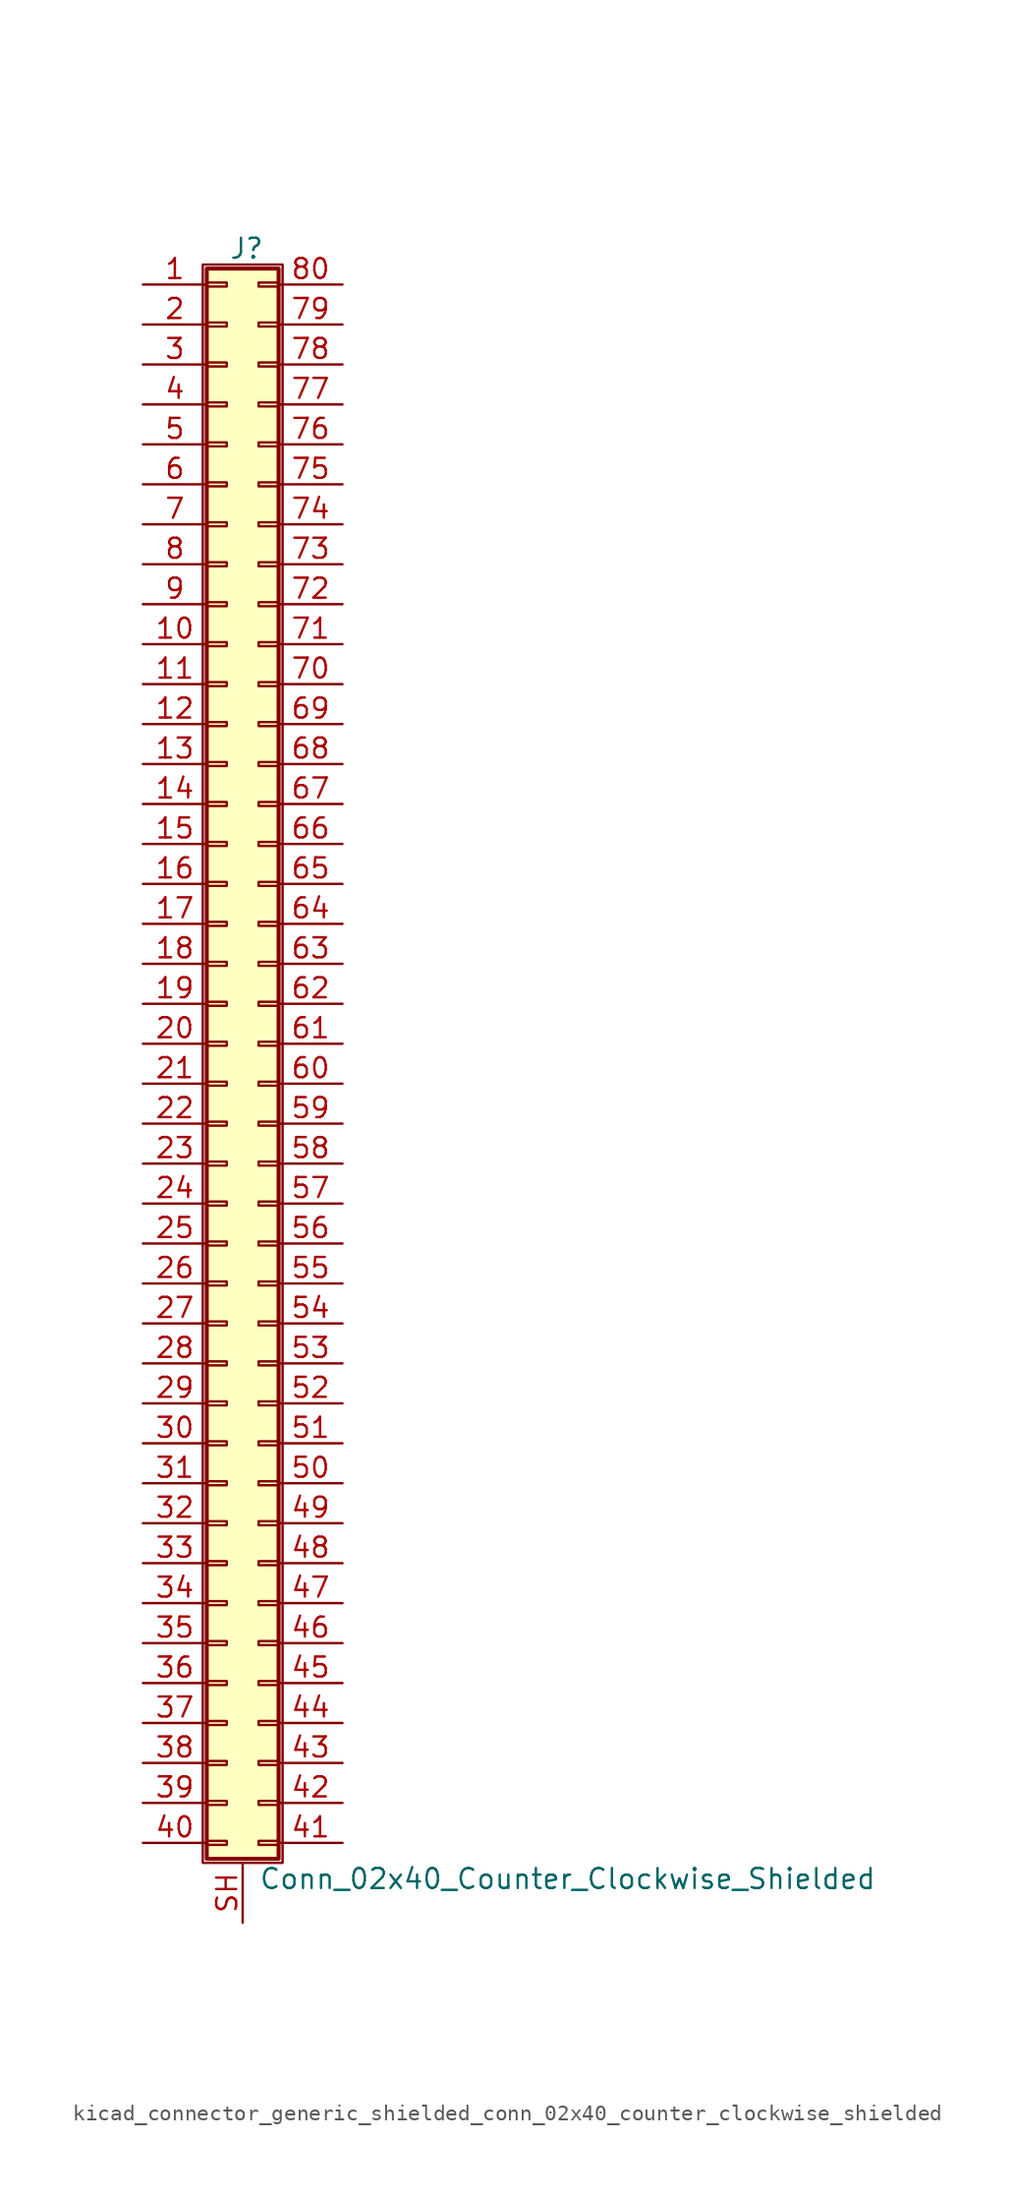
<source format=kicad_sym>
(kicad_symbol_lib
  (version 20220914)
  (generator kicad_symbol_editor)
  (symbol "kicad_connector_generic_shielded_conn_02x40_counter_clockwise_shielded"
    (pin_names
      (offset 1.016) hide)
    (property "Reference" "J"
      (at 1.524 50.546 0)
      (effects (font (size 1.27 1.27))))
    (property "Value" "Conn_02x40_Counter_Clockwise_Shielded"
      (at 2.286 -53.086 0)
      (effects (font (size 1.27 1.27)) (justify left)))
    (symbol "kicad_connector_generic_shielded_conn_02x40_counter_clockwise_shielded_1_1"
      (rectangle (start -1.27 49.53) (end 3.81 -52.07) (stroke (width 0.152) (type default)) (fill (type none)))
      (rectangle (start -1.016 -50.673) (end 0.254 -50.927) (stroke (width 0.152) (type default)) (fill (type none)))
      (rectangle (start -1.016 -48.133) (end 0.254 -48.387) (stroke (width 0.152) (type default)) (fill (type none)))
      (rectangle (start -1.016 -45.593) (end 0.254 -45.847) (stroke (width 0.152) (type default)) (fill (type none)))
      (rectangle (start -1.016 -43.053) (end 0.254 -43.307) (stroke (width 0.152) (type default)) (fill (type none)))
      (rectangle (start -1.016 -40.513) (end 0.254 -40.767) (stroke (width 0.152) (type default)) (fill (type none)))
      (rectangle (start -1.016 -37.973) (end 0.254 -38.227) (stroke (width 0.152) (type default)) (fill (type none)))
      (rectangle (start -1.016 -35.433) (end 0.254 -35.687) (stroke (width 0.152) (type default)) (fill (type none)))
      (rectangle (start -1.016 -32.893) (end 0.254 -33.147) (stroke (width 0.152) (type default)) (fill (type none)))
      (rectangle (start -1.016 -30.353) (end 0.254 -30.607) (stroke (width 0.152) (type default)) (fill (type none)))
      (rectangle (start -1.016 -27.813) (end 0.254 -28.067) (stroke (width 0.152) (type default)) (fill (type none)))
      (rectangle (start -1.016 -25.273) (end 0.254 -25.527) (stroke (width 0.152) (type default)) (fill (type none)))
      (rectangle (start -1.016 -22.733) (end 0.254 -22.987) (stroke (width 0.152) (type default)) (fill (type none)))
      (rectangle (start -1.016 -20.193) (end 0.254 -20.447) (stroke (width 0.152) (type default)) (fill (type none)))
      (rectangle (start -1.016 -17.653) (end 0.254 -17.907) (stroke (width 0.152) (type default)) (fill (type none)))
      (rectangle (start -1.016 -15.113) (end 0.254 -15.367) (stroke (width 0.152) (type default)) (fill (type none)))
      (rectangle (start -1.016 -12.573) (end 0.254 -12.827) (stroke (width 0.152) (type default)) (fill (type none)))
      (rectangle (start -1.016 -10.033) (end 0.254 -10.287) (stroke (width 0.152) (type default)) (fill (type none)))
      (rectangle (start -1.016 -7.493) (end 0.254 -7.747) (stroke (width 0.152) (type default)) (fill (type none)))
      (rectangle (start -1.016 -4.953) (end 0.254 -5.207) (stroke (width 0.152) (type default)) (fill (type none)))
      (rectangle (start -1.016 -2.413) (end 0.254 -2.667) (stroke (width 0.152) (type default)) (fill (type none)))
      (rectangle (start -1.016 0.127) (end 0.254 -0.127) (stroke (width 0.152) (type default)) (fill (type none)))
      (rectangle (start -1.016 2.667) (end 0.254 2.413) (stroke (width 0.152) (type default)) (fill (type none)))
      (rectangle (start -1.016 5.207) (end 0.254 4.953) (stroke (width 0.152) (type default)) (fill (type none)))
      (rectangle (start -1.016 7.747) (end 0.254 7.493) (stroke (width 0.152) (type default)) (fill (type none)))
      (rectangle (start -1.016 10.287) (end 0.254 10.033) (stroke (width 0.152) (type default)) (fill (type none)))
      (rectangle (start -1.016 12.827) (end 0.254 12.573) (stroke (width 0.152) (type default)) (fill (type none)))
      (rectangle (start -1.016 15.367) (end 0.254 15.113) (stroke (width 0.152) (type default)) (fill (type none)))
      (rectangle (start -1.016 17.907) (end 0.254 17.653) (stroke (width 0.152) (type default)) (fill (type none)))
      (rectangle (start -1.016 20.447) (end 0.254 20.193) (stroke (width 0.152) (type default)) (fill (type none)))
      (rectangle (start -1.016 22.987) (end 0.254 22.733) (stroke (width 0.152) (type default)) (fill (type none)))
      (rectangle (start -1.016 25.527) (end 0.254 25.273) (stroke (width 0.152) (type default)) (fill (type none)))
      (rectangle (start -1.016 28.067) (end 0.254 27.813) (stroke (width 0.152) (type default)) (fill (type none)))
      (rectangle (start -1.016 30.607) (end 0.254 30.353) (stroke (width 0.152) (type default)) (fill (type none)))
      (rectangle (start -1.016 33.147) (end 0.254 32.893) (stroke (width 0.152) (type default)) (fill (type none)))
      (rectangle (start -1.016 35.687) (end 0.254 35.433) (stroke (width 0.152) (type default)) (fill (type none)))
      (rectangle (start -1.016 38.227) (end 0.254 37.973) (stroke (width 0.152) (type default)) (fill (type none)))
      (rectangle (start -1.016 40.767) (end 0.254 40.513) (stroke (width 0.152) (type default)) (fill (type none)))
      (rectangle (start -1.016 43.307) (end 0.254 43.053) (stroke (width 0.152) (type default)) (fill (type none)))
      (rectangle (start -1.016 45.847) (end 0.254 45.593) (stroke (width 0.152) (type default)) (fill (type none)))
      (rectangle (start -1.016 48.387) (end 0.254 48.133) (stroke (width 0.152) (type default)) (fill (type none)))
      (rectangle (start -1.016 49.276) (end 3.556 -51.816) (stroke (width 0.254) (type default)) (fill (type background)))
      (rectangle (start 3.556 -50.673) (end 2.286 -50.927) (stroke (width 0.152) (type default)) (fill (type none)))
      (rectangle (start 3.556 -48.133) (end 2.286 -48.387) (stroke (width 0.152) (type default)) (fill (type none)))
      (rectangle (start 3.556 -45.593) (end 2.286 -45.847) (stroke (width 0.152) (type default)) (fill (type none)))
      (rectangle (start 3.556 -43.053) (end 2.286 -43.307) (stroke (width 0.152) (type default)) (fill (type none)))
      (rectangle (start 3.556 -40.513) (end 2.286 -40.767) (stroke (width 0.152) (type default)) (fill (type none)))
      (rectangle (start 3.556 -37.973) (end 2.286 -38.227) (stroke (width 0.152) (type default)) (fill (type none)))
      (rectangle (start 3.556 -35.433) (end 2.286 -35.687) (stroke (width 0.152) (type default)) (fill (type none)))
      (rectangle (start 3.556 -32.893) (end 2.286 -33.147) (stroke (width 0.152) (type default)) (fill (type none)))
      (rectangle (start 3.556 -30.353) (end 2.286 -30.607) (stroke (width 0.152) (type default)) (fill (type none)))
      (rectangle (start 3.556 -27.813) (end 2.286 -28.067) (stroke (width 0.152) (type default)) (fill (type none)))
      (rectangle (start 3.556 -25.273) (end 2.286 -25.527) (stroke (width 0.152) (type default)) (fill (type none)))
      (rectangle (start 3.556 -22.733) (end 2.286 -22.987) (stroke (width 0.152) (type default)) (fill (type none)))
      (rectangle (start 3.556 -20.193) (end 2.286 -20.447) (stroke (width 0.152) (type default)) (fill (type none)))
      (rectangle (start 3.556 -17.653) (end 2.286 -17.907) (stroke (width 0.152) (type default)) (fill (type none)))
      (rectangle (start 3.556 -15.113) (end 2.286 -15.367) (stroke (width 0.152) (type default)) (fill (type none)))
      (rectangle (start 3.556 -12.573) (end 2.286 -12.827) (stroke (width 0.152) (type default)) (fill (type none)))
      (rectangle (start 3.556 -10.033) (end 2.286 -10.287) (stroke (width 0.152) (type default)) (fill (type none)))
      (rectangle (start 3.556 -7.493) (end 2.286 -7.747) (stroke (width 0.152) (type default)) (fill (type none)))
      (rectangle (start 3.556 -4.953) (end 2.286 -5.207) (stroke (width 0.152) (type default)) (fill (type none)))
      (rectangle (start 3.556 -2.413) (end 2.286 -2.667) (stroke (width 0.152) (type default)) (fill (type none)))
      (rectangle (start 3.556 0.127) (end 2.286 -0.127) (stroke (width 0.152) (type default)) (fill (type none)))
      (rectangle (start 3.556 2.667) (end 2.286 2.413) (stroke (width 0.152) (type default)) (fill (type none)))
      (rectangle (start 3.556 5.207) (end 2.286 4.953) (stroke (width 0.152) (type default)) (fill (type none)))
      (rectangle (start 3.556 7.747) (end 2.286 7.493) (stroke (width 0.152) (type default)) (fill (type none)))
      (rectangle (start 3.556 10.287) (end 2.286 10.033) (stroke (width 0.152) (type default)) (fill (type none)))
      (rectangle (start 3.556 12.827) (end 2.286 12.573) (stroke (width 0.152) (type default)) (fill (type none)))
      (rectangle (start 3.556 15.367) (end 2.286 15.113) (stroke (width 0.152) (type default)) (fill (type none)))
      (rectangle (start 3.556 17.907) (end 2.286 17.653) (stroke (width 0.152) (type default)) (fill (type none)))
      (rectangle (start 3.556 20.447) (end 2.286 20.193) (stroke (width 0.152) (type default)) (fill (type none)))
      (rectangle (start 3.556 22.987) (end 2.286 22.733) (stroke (width 0.152) (type default)) (fill (type none)))
      (rectangle (start 3.556 25.527) (end 2.286 25.273) (stroke (width 0.152) (type default)) (fill (type none)))
      (rectangle (start 3.556 28.067) (end 2.286 27.813) (stroke (width 0.152) (type default)) (fill (type none)))
      (rectangle (start 3.556 30.607) (end 2.286 30.353) (stroke (width 0.152) (type default)) (fill (type none)))
      (rectangle (start 3.556 33.147) (end 2.286 32.893) (stroke (width 0.152) (type default)) (fill (type none)))
      (rectangle (start 3.556 35.687) (end 2.286 35.433) (stroke (width 0.152) (type default)) (fill (type none)))
      (rectangle (start 3.556 38.227) (end 2.286 37.973) (stroke (width 0.152) (type default)) (fill (type none)))
      (rectangle (start 3.556 40.767) (end 2.286 40.513) (stroke (width 0.152) (type default)) (fill (type none)))
      (rectangle (start 3.556 43.307) (end 2.286 43.053) (stroke (width 0.152) (type default)) (fill (type none)))
      (rectangle (start 3.556 45.847) (end 2.286 45.593) (stroke (width 0.152) (type default)) (fill (type none)))
      (rectangle (start 3.556 48.387) (end 2.286 48.133) (stroke (width 0.152) (type default)) (fill (type none)))
      (pin passive line (at -5.08 48.26 0) (length 4.064) (name "Pin_1" (effects (font (size 1.27 1.27)))) (number "1" (effects (font (size 1.27 1.27)))))
      (pin passive line (at -5.08 25.4 0) (length 4.064) (name "Pin_10" (effects (font (size 1.27 1.27)))) (number "10" (effects (font (size 1.27 1.27)))))
      (pin passive line (at -5.08 22.86 0) (length 4.064) (name "Pin_11" (effects (font (size 1.27 1.27)))) (number "11" (effects (font (size 1.27 1.27)))))
      (pin passive line (at -5.08 20.32 0) (length 4.064) (name "Pin_12" (effects (font (size 1.27 1.27)))) (number "12" (effects (font (size 1.27 1.27)))))
      (pin passive line (at -5.08 17.78 0) (length 4.064) (name "Pin_13" (effects (font (size 1.27 1.27)))) (number "13" (effects (font (size 1.27 1.27)))))
      (pin passive line (at -5.08 15.24 0) (length 4.064) (name "Pin_14" (effects (font (size 1.27 1.27)))) (number "14" (effects (font (size 1.27 1.27)))))
      (pin passive line (at -5.08 12.7 0) (length 4.064) (name "Pin_15" (effects (font (size 1.27 1.27)))) (number "15" (effects (font (size 1.27 1.27)))))
      (pin passive line (at -5.08 10.16 0) (length 4.064) (name "Pin_16" (effects (font (size 1.27 1.27)))) (number "16" (effects (font (size 1.27 1.27)))))
      (pin passive line (at -5.08 7.62 0) (length 4.064) (name "Pin_17" (effects (font (size 1.27 1.27)))) (number "17" (effects (font (size 1.27 1.27)))))
      (pin passive line (at -5.08 5.08 0) (length 4.064) (name "Pin_18" (effects (font (size 1.27 1.27)))) (number "18" (effects (font (size 1.27 1.27)))))
      (pin passive line (at -5.08 2.54 0) (length 4.064) (name "Pin_19" (effects (font (size 1.27 1.27)))) (number "19" (effects (font (size 1.27 1.27)))))
      (pin passive line (at -5.08 45.72 0) (length 4.064) (name "Pin_2" (effects (font (size 1.27 1.27)))) (number "2" (effects (font (size 1.27 1.27)))))
      (pin passive line (at -5.08 0 0) (length 4.064) (name "Pin_20" (effects (font (size 1.27 1.27)))) (number "20" (effects (font (size 1.27 1.27)))))
      (pin passive line (at -5.08 -2.54 0) (length 4.064) (name "Pin_21" (effects (font (size 1.27 1.27)))) (number "21" (effects (font (size 1.27 1.27)))))
      (pin passive line (at -5.08 -5.08 0) (length 4.064) (name "Pin_22" (effects (font (size 1.27 1.27)))) (number "22" (effects (font (size 1.27 1.27)))))
      (pin passive line (at -5.08 -7.62 0) (length 4.064) (name "Pin_23" (effects (font (size 1.27 1.27)))) (number "23" (effects (font (size 1.27 1.27)))))
      (pin passive line (at -5.08 -10.16 0) (length 4.064) (name "Pin_24" (effects (font (size 1.27 1.27)))) (number "24" (effects (font (size 1.27 1.27)))))
      (pin passive line (at -5.08 -12.7 0) (length 4.064) (name "Pin_25" (effects (font (size 1.27 1.27)))) (number "25" (effects (font (size 1.27 1.27)))))
      (pin passive line (at -5.08 -15.24 0) (length 4.064) (name "Pin_26" (effects (font (size 1.27 1.27)))) (number "26" (effects (font (size 1.27 1.27)))))
      (pin passive line (at -5.08 -17.78 0) (length 4.064) (name "Pin_27" (effects (font (size 1.27 1.27)))) (number "27" (effects (font (size 1.27 1.27)))))
      (pin passive line (at -5.08 -20.32 0) (length 4.064) (name "Pin_28" (effects (font (size 1.27 1.27)))) (number "28" (effects (font (size 1.27 1.27)))))
      (pin passive line (at -5.08 -22.86 0) (length 4.064) (name "Pin_29" (effects (font (size 1.27 1.27)))) (number "29" (effects (font (size 1.27 1.27)))))
      (pin passive line (at -5.08 43.18 0) (length 4.064) (name "Pin_3" (effects (font (size 1.27 1.27)))) (number "3" (effects (font (size 1.27 1.27)))))
      (pin passive line (at -5.08 -25.4 0) (length 4.064) (name "Pin_30" (effects (font (size 1.27 1.27)))) (number "30" (effects (font (size 1.27 1.27)))))
      (pin passive line (at -5.08 -27.94 0) (length 4.064) (name "Pin_31" (effects (font (size 1.27 1.27)))) (number "31" (effects (font (size 1.27 1.27)))))
      (pin passive line (at -5.08 -30.48 0) (length 4.064) (name "Pin_32" (effects (font (size 1.27 1.27)))) (number "32" (effects (font (size 1.27 1.27)))))
      (pin passive line (at -5.08 -33.02 0) (length 4.064) (name "Pin_33" (effects (font (size 1.27 1.27)))) (number "33" (effects (font (size 1.27 1.27)))))
      (pin passive line (at -5.08 -35.56 0) (length 4.064) (name "Pin_34" (effects (font (size 1.27 1.27)))) (number "34" (effects (font (size 1.27 1.27)))))
      (pin passive line (at -5.08 -38.1 0) (length 4.064) (name "Pin_35" (effects (font (size 1.27 1.27)))) (number "35" (effects (font (size 1.27 1.27)))))
      (pin passive line (at -5.08 -40.64 0) (length 4.064) (name "Pin_36" (effects (font (size 1.27 1.27)))) (number "36" (effects (font (size 1.27 1.27)))))
      (pin passive line (at -5.08 -43.18 0) (length 4.064) (name "Pin_37" (effects (font (size 1.27 1.27)))) (number "37" (effects (font (size 1.27 1.27)))))
      (pin passive line (at -5.08 -45.72 0) (length 4.064) (name "Pin_38" (effects (font (size 1.27 1.27)))) (number "38" (effects (font (size 1.27 1.27)))))
      (pin passive line (at -5.08 -48.26 0) (length 4.064) (name "Pin_39" (effects (font (size 1.27 1.27)))) (number "39" (effects (font (size 1.27 1.27)))))
      (pin passive line (at -5.08 40.64 0) (length 4.064) (name "Pin_4" (effects (font (size 1.27 1.27)))) (number "4" (effects (font (size 1.27 1.27)))))
      (pin passive line (at -5.08 -50.8 0) (length 4.064) (name "Pin_40" (effects (font (size 1.27 1.27)))) (number "40" (effects (font (size 1.27 1.27)))))
      (pin passive line (at 7.62 -50.8 180) (length 4.064) (name "Pin_41" (effects (font (size 1.27 1.27)))) (number "41" (effects (font (size 1.27 1.27)))))
      (pin passive line (at 7.62 -48.26 180) (length 4.064) (name "Pin_42" (effects (font (size 1.27 1.27)))) (number "42" (effects (font (size 1.27 1.27)))))
      (pin passive line (at 7.62 -45.72 180) (length 4.064) (name "Pin_43" (effects (font (size 1.27 1.27)))) (number "43" (effects (font (size 1.27 1.27)))))
      (pin passive line (at 7.62 -43.18 180) (length 4.064) (name "Pin_44" (effects (font (size 1.27 1.27)))) (number "44" (effects (font (size 1.27 1.27)))))
      (pin passive line (at 7.62 -40.64 180) (length 4.064) (name "Pin_45" (effects (font (size 1.27 1.27)))) (number "45" (effects (font (size 1.27 1.27)))))
      (pin passive line (at 7.62 -38.1 180) (length 4.064) (name "Pin_46" (effects (font (size 1.27 1.27)))) (number "46" (effects (font (size 1.27 1.27)))))
      (pin passive line (at 7.62 -35.56 180) (length 4.064) (name "Pin_47" (effects (font (size 1.27 1.27)))) (number "47" (effects (font (size 1.27 1.27)))))
      (pin passive line (at 7.62 -33.02 180) (length 4.064) (name "Pin_48" (effects (font (size 1.27 1.27)))) (number "48" (effects (font (size 1.27 1.27)))))
      (pin passive line (at 7.62 -30.48 180) (length 4.064) (name "Pin_49" (effects (font (size 1.27 1.27)))) (number "49" (effects (font (size 1.27 1.27)))))
      (pin passive line (at -5.08 38.1 0) (length 4.064) (name "Pin_5" (effects (font (size 1.27 1.27)))) (number "5" (effects (font (size 1.27 1.27)))))
      (pin passive line (at 7.62 -27.94 180) (length 4.064) (name "Pin_50" (effects (font (size 1.27 1.27)))) (number "50" (effects (font (size 1.27 1.27)))))
      (pin passive line (at 7.62 -25.4 180) (length 4.064) (name "Pin_51" (effects (font (size 1.27 1.27)))) (number "51" (effects (font (size 1.27 1.27)))))
      (pin passive line (at 7.62 -22.86 180) (length 4.064) (name "Pin_52" (effects (font (size 1.27 1.27)))) (number "52" (effects (font (size 1.27 1.27)))))
      (pin passive line (at 7.62 -20.32 180) (length 4.064) (name "Pin_53" (effects (font (size 1.27 1.27)))) (number "53" (effects (font (size 1.27 1.27)))))
      (pin passive line (at 7.62 -17.78 180) (length 4.064) (name "Pin_54" (effects (font (size 1.27 1.27)))) (number "54" (effects (font (size 1.27 1.27)))))
      (pin passive line (at 7.62 -15.24 180) (length 4.064) (name "Pin_55" (effects (font (size 1.27 1.27)))) (number "55" (effects (font (size 1.27 1.27)))))
      (pin passive line (at 7.62 -12.7 180) (length 4.064) (name "Pin_56" (effects (font (size 1.27 1.27)))) (number "56" (effects (font (size 1.27 1.27)))))
      (pin passive line (at 7.62 -10.16 180) (length 4.064) (name "Pin_57" (effects (font (size 1.27 1.27)))) (number "57" (effects (font (size 1.27 1.27)))))
      (pin passive line (at 7.62 -7.62 180) (length 4.064) (name "Pin_58" (effects (font (size 1.27 1.27)))) (number "58" (effects (font (size 1.27 1.27)))))
      (pin passive line (at 7.62 -5.08 180) (length 4.064) (name "Pin_59" (effects (font (size 1.27 1.27)))) (number "59" (effects (font (size 1.27 1.27)))))
      (pin passive line (at -5.08 35.56 0) (length 4.064) (name "Pin_6" (effects (font (size 1.27 1.27)))) (number "6" (effects (font (size 1.27 1.27)))))
      (pin passive line (at 7.62 -2.54 180) (length 4.064) (name "Pin_60" (effects (font (size 1.27 1.27)))) (number "60" (effects (font (size 1.27 1.27)))))
      (pin passive line (at 7.62 0 180) (length 4.064) (name "Pin_61" (effects (font (size 1.27 1.27)))) (number "61" (effects (font (size 1.27 1.27)))))
      (pin passive line (at 7.62 2.54 180) (length 4.064) (name "Pin_62" (effects (font (size 1.27 1.27)))) (number "62" (effects (font (size 1.27 1.27)))))
      (pin passive line (at 7.62 5.08 180) (length 4.064) (name "Pin_63" (effects (font (size 1.27 1.27)))) (number "63" (effects (font (size 1.27 1.27)))))
      (pin passive line (at 7.62 7.62 180) (length 4.064) (name "Pin_64" (effects (font (size 1.27 1.27)))) (number "64" (effects (font (size 1.27 1.27)))))
      (pin passive line (at 7.62 10.16 180) (length 4.064) (name "Pin_65" (effects (font (size 1.27 1.27)))) (number "65" (effects (font (size 1.27 1.27)))))
      (pin passive line (at 7.62 12.7 180) (length 4.064) (name "Pin_66" (effects (font (size 1.27 1.27)))) (number "66" (effects (font (size 1.27 1.27)))))
      (pin passive line (at 7.62 15.24 180) (length 4.064) (name "Pin_67" (effects (font (size 1.27 1.27)))) (number "67" (effects (font (size 1.27 1.27)))))
      (pin passive line (at 7.62 17.78 180) (length 4.064) (name "Pin_68" (effects (font (size 1.27 1.27)))) (number "68" (effects (font (size 1.27 1.27)))))
      (pin passive line (at 7.62 20.32 180) (length 4.064) (name "Pin_69" (effects (font (size 1.27 1.27)))) (number "69" (effects (font (size 1.27 1.27)))))
      (pin passive line (at -5.08 33.02 0) (length 4.064) (name "Pin_7" (effects (font (size 1.27 1.27)))) (number "7" (effects (font (size 1.27 1.27)))))
      (pin passive line (at 7.62 22.86 180) (length 4.064) (name "Pin_70" (effects (font (size 1.27 1.27)))) (number "70" (effects (font (size 1.27 1.27)))))
      (pin passive line (at 7.62 25.4 180) (length 4.064) (name "Pin_71" (effects (font (size 1.27 1.27)))) (number "71" (effects (font (size 1.27 1.27)))))
      (pin passive line (at 7.62 27.94 180) (length 4.064) (name "Pin_72" (effects (font (size 1.27 1.27)))) (number "72" (effects (font (size 1.27 1.27)))))
      (pin passive line (at 7.62 30.48 180) (length 4.064) (name "Pin_73" (effects (font (size 1.27 1.27)))) (number "73" (effects (font (size 1.27 1.27)))))
      (pin passive line (at 7.62 33.02 180) (length 4.064) (name "Pin_74" (effects (font (size 1.27 1.27)))) (number "74" (effects (font (size 1.27 1.27)))))
      (pin passive line (at 7.62 35.56 180) (length 4.064) (name "Pin_75" (effects (font (size 1.27 1.27)))) (number "75" (effects (font (size 1.27 1.27)))))
      (pin passive line (at 7.62 38.1 180) (length 4.064) (name "Pin_76" (effects (font (size 1.27 1.27)))) (number "76" (effects (font (size 1.27 1.27)))))
      (pin passive line (at 7.62 40.64 180) (length 4.064) (name "Pin_77" (effects (font (size 1.27 1.27)))) (number "77" (effects (font (size 1.27 1.27)))))
      (pin passive line (at 7.62 43.18 180) (length 4.064) (name "Pin_78" (effects (font (size 1.27 1.27)))) (number "78" (effects (font (size 1.27 1.27)))))
      (pin passive line (at 7.62 45.72 180) (length 4.064) (name "Pin_79" (effects (font (size 1.27 1.27)))) (number "79" (effects (font (size 1.27 1.27)))))
      (pin passive line (at -5.08 30.48 0) (length 4.064) (name "Pin_8" (effects (font (size 1.27 1.27)))) (number "8" (effects (font (size 1.27 1.27)))))
      (pin passive line (at 7.62 48.26 180) (length 4.064) (name "Pin_80" (effects (font (size 1.27 1.27)))) (number "80" (effects (font (size 1.27 1.27)))))
      (pin passive line (at -5.08 27.94 0) (length 4.064) (name "Pin_9" (effects (font (size 1.27 1.27)))) (number "9" (effects (font (size 1.27 1.27)))))
      (pin passive line (at 1.27 -55.88 90) (length 3.81) (name "Shield" (effects (font (size 1.27 1.27)))) (number "SH" (effects (font (size 1.27 1.27))))))))
</source>
